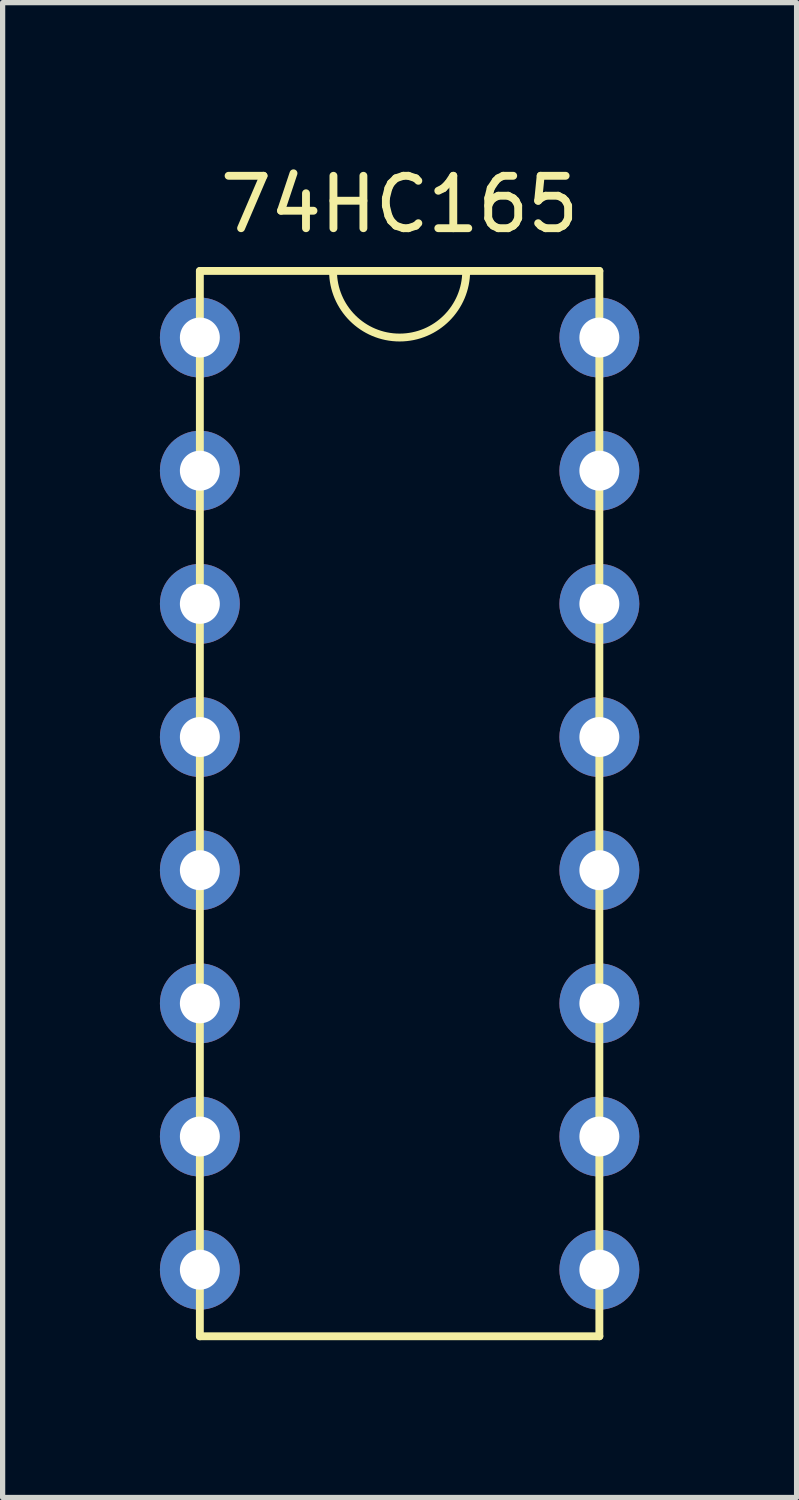
<source format=kicad_pcb>
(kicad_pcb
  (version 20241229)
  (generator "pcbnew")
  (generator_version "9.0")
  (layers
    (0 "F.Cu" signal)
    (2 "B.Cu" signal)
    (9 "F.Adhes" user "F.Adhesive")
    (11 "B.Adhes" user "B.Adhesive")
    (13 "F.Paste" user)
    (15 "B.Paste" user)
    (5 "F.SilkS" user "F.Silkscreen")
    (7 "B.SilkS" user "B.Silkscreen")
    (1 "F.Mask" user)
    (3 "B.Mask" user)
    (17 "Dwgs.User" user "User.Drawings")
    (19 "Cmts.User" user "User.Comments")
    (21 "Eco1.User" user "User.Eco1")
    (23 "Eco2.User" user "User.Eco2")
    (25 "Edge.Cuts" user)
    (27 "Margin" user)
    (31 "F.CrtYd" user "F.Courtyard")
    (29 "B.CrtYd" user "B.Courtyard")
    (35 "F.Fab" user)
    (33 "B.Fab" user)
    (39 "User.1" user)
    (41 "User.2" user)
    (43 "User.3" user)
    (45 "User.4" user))
  (footprint "74HC165"
    (layer "F.Cu")
    (at 4.572 11.008)
    (property "Reference" "74HC165" (at 0 -10.16 0) (layer "F.SilkS") (effects (font (size 1 1) (thickness 0.15))))
    (attr through_hole)
    (fp_line (start -3.81 -8.89) (end 3.81 -8.89) (stroke (width 0.15) (type solid)) (layer "F.SilkS"))
    (fp_line (start -3.81 11.43) (end -3.81 -8.89) (stroke (width 0.15) (type solid)) (layer "F.SilkS"))
    (fp_line (start 3.81 -8.89) (end 3.81 11.43) (stroke (width 0.15) (type solid)) (layer "F.SilkS"))
    (fp_line (start 3.81 11.43) (end -3.81 11.43) (stroke (width 0.15) (type solid)) (layer "F.SilkS"))
    (fp_arc (start 1.27 -8.89) (mid 0 -7.62) (end -1.27 -8.89) (stroke (width 0.15) (type solid)) (layer "F.SilkS"))
    (pad "1" thru_hole circle (at -3.81 -7.62) (size 1.524 1.524) (drill 0.762) (layers "*.Cu" "*.Mask"))
    (pad "2" thru_hole circle (at -3.81 -5.08) (size 1.524 1.524) (drill 0.762) (layers "*.Cu" "*.Mask"))
    (pad "3" thru_hole circle (at -3.81 -2.54) (size 1.524 1.524) (drill 0.762) (layers "*.Cu" "*.Mask"))
    (pad "4" thru_hole circle (at -3.81 0) (size 1.524 1.524) (drill 0.762) (layers "*.Cu" "*.Mask"))
    (pad "5" thru_hole circle (at -3.81 2.54) (size 1.524 1.524) (drill 0.762) (layers "*.Cu" "*.Mask"))
    (pad "6" thru_hole circle (at -3.81 5.08) (size 1.524 1.524) (drill 0.762) (layers "*.Cu" "*.Mask"))
    (pad "7" thru_hole circle (at -3.81 7.62) (size 1.524 1.524) (drill 0.762) (layers "*.Cu" "*.Mask"))
    (pad "8" thru_hole circle (at -3.81 10.16) (size 1.524 1.524) (drill 0.762) (layers "*.Cu" "*.Mask"))
    (pad "9" thru_hole circle (at 3.81 10.16) (size 1.524 1.524) (drill 0.762) (layers "*.Cu" "*.Mask"))
    (pad "10" thru_hole circle (at 3.81 7.62) (size 1.524 1.524) (drill 0.762) (layers "*.Cu" "*.Mask"))
    (pad "11" thru_hole circle (at 3.81 5.08) (size 1.524 1.524) (drill 0.762) (layers "*.Cu" "*.Mask"))
    (pad "12" thru_hole circle (at 3.81 2.54) (size 1.524 1.524) (drill 0.762) (layers "*.Cu" "*.Mask"))
    (pad "13" thru_hole circle (at 3.81 0) (size 1.524 1.524) (drill 0.762) (layers "*.Cu" "*.Mask"))
    (pad "14" thru_hole circle (at 3.81 -2.54) (size 1.524 1.524) (drill 0.762) (layers "*.Cu" "*.Mask"))
    (pad "15" thru_hole circle (at 3.81 -5.08) (size 1.524 1.524) (drill 0.762) (layers "*.Cu" "*.Mask"))
    (pad "16" thru_hole circle (at 3.81 -7.62) (size 1.524 1.524) (drill 0.762) (layers "*.Cu" "*.Mask")))
  (gr_rect
    (start -3 -3)
    (end 12.144 25.513)
    (stroke (width 0.1) (type default))
    (fill no)
    (layer "Edge.Cuts")))
</source>
